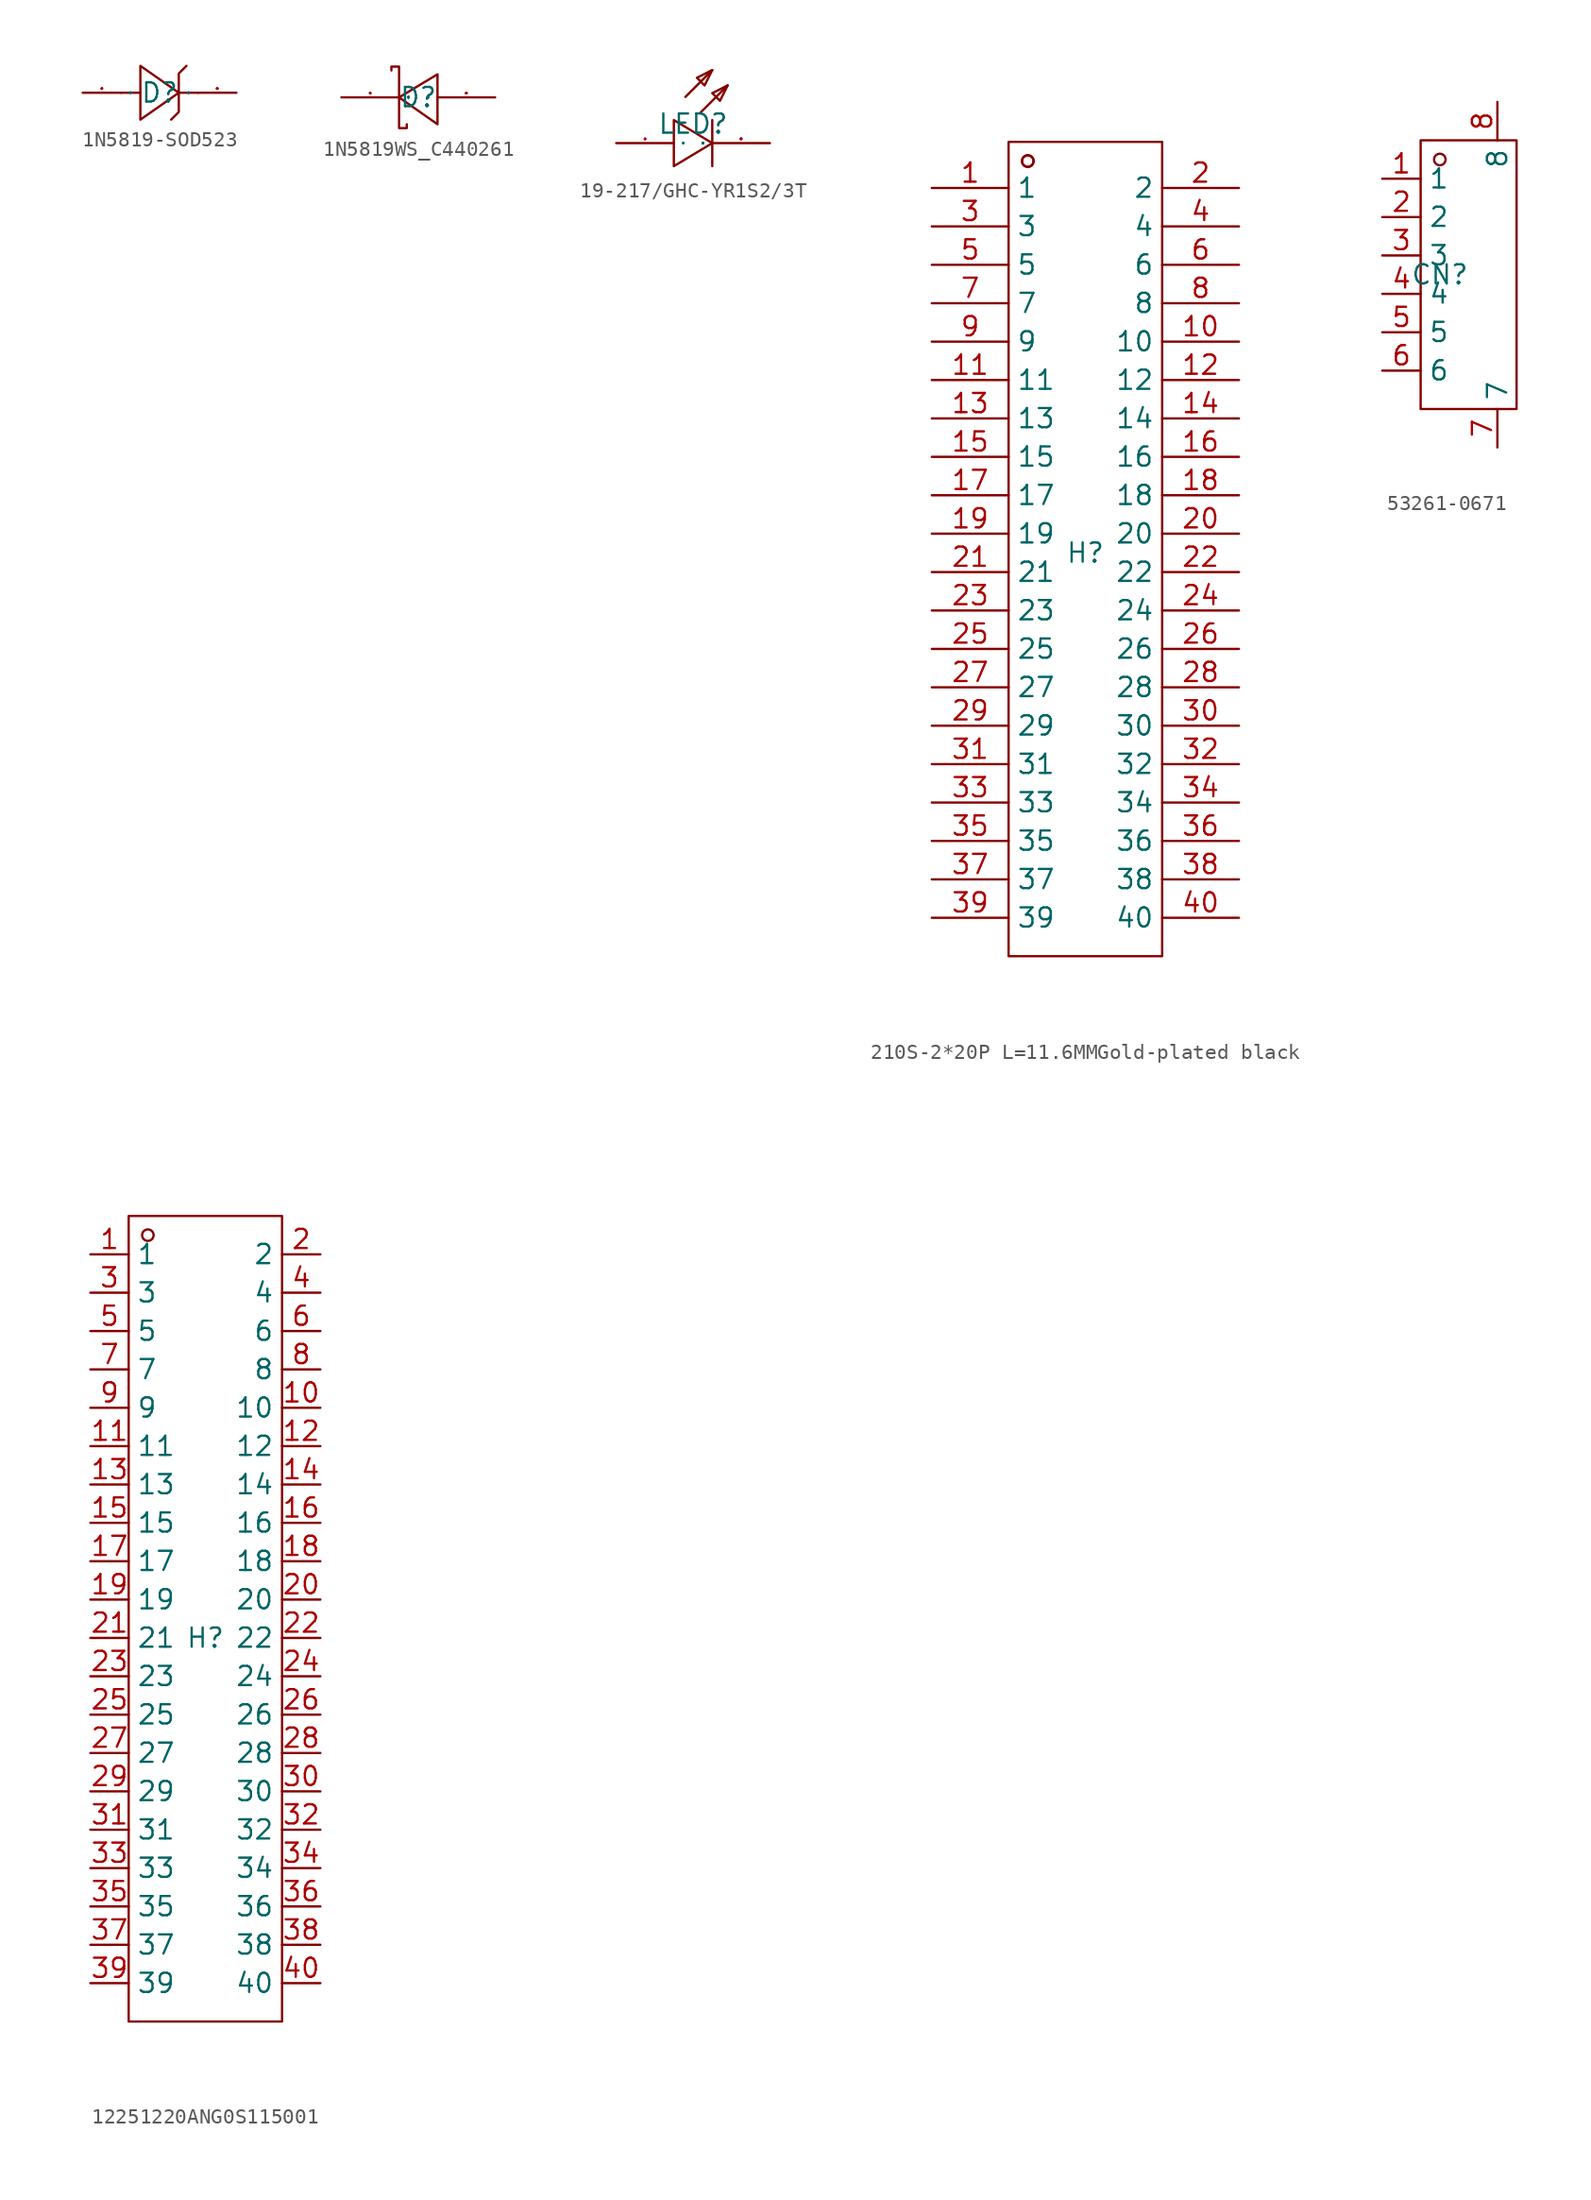
<source format=kicad_sym>
(kicad_symbol_lib
  (version 20231120)
  (generator "kicad_symbol_editor")
  (generator_version "8.0")
  (symbol "1N5819-SOD523"
    (property "Reference" "D"
      (at 0 0 0)
      (effects (font (size 1.27 1.27))))
    (property "Value" ""
      (at 0 0 0)
      (effects (font (size 1.27 1.27))))
    (symbol "1N5819-SOD523_1_0"
      (polyline (pts (xy -2.54 0) (xy -1.27 0)) (stroke (width 0) (type default)) (fill (type none)))
      (polyline (pts (xy 1.27 0) (xy 2.54 0)) (stroke (width 0) (type default)) (fill (type none)))
      (polyline (pts (xy -1.27 -1.778) (xy 1.27 0) (xy 1.27 0) (xy -1.27 1.778) (xy -1.27 1.778) (xy -1.27 -1.778)) (stroke (width 0) (type default)) (fill (type none)))
      (polyline (pts (xy 0.762 -1.778) (xy 1.27 -1.27) (xy 1.27 -1.27) (xy 1.27 1.27) (xy 1.27 1.27) (xy 1.778 1.778)) (stroke (width 0) (type default)) (fill (type none)))
      (pin input line (at -5.08 0 0) (length 2.54) (name "A" (effects (font (size 0.025 0.025)))) (number "1" (effects (font (size 0.025 0.025)))))
      (pin input line (at 5.08 0 180) (length 2.54) (name "K" (effects (font (size 0.025 0.025)))) (number "2" (effects (font (size 0.025 0.025)))))))
  (symbol "1N5819WS_C440261"
    (property "Reference" "D"
      (at 0 0 0)
      (effects (font (size 1.27 1.27))))
    (property "Value" ""
      (at 0 0 0)
      (effects (font (size 1.27 1.27))))
    (symbol "1N5819WS_C440261_1_0"
      (polyline (pts (xy 1.27 1.524) (xy -1.27 0) (xy -1.27 0) (xy 1.27 -1.778) (xy 1.27 -1.778) (xy 1.27 1.524)) (stroke (width 0) (type default)) (fill (type none)))
      (polyline (pts (xy -1.778 1.778) (xy -1.778 2.032) (xy -1.778 2.032) (xy -1.27 2.032) (xy -1.27 2.032) (xy -1.27 -2.032) (xy -1.27 -2.032) (xy -0.762 -2.032) (xy -0.762 -2.032) (xy -0.762 -1.778)) (stroke (width 0) (type default)) (fill (type none)))
      (pin input line (at -5.08 0 0) (length 3.81) (name "C" (effects (font (size 0.025 0.025)))) (number "1" (effects (font (size 0.025 0.025)))))
      (pin input line (at 5.08 0 180) (length 3.81) (name "A" (effects (font (size 0.025 0.025)))) (number "2" (effects (font (size 0.025 0.025)))))))
  (symbol "19-217/GHC-YR1S2/3T"
    (property "Reference" "LED"
      (at 0 0 0)
      (effects (font (size 1.27 1.27))))
    (property "Value" ""
      (at 0 0 0)
      (effects (font (size 1.27 1.27))))
    (symbol "19-217/GHC-YR1S2/3T_1_0"
      (polyline (pts (xy -0.508 1.778) (xy 1.27 3.556)) (stroke (width 0) (type default)) (fill (type none)))
      (polyline (pts (xy 0.508 0.762) (xy 2.286 2.54)) (stroke (width 0) (type default)) (fill (type none)))
      (polyline (pts (xy 1.27 0.254) (xy 1.27 -2.794)) (stroke (width 0) (type default)) (fill (type none)))
      (polyline (pts (xy -1.27 -2.794) (xy 1.27 -1.27) (xy 1.27 -1.27) (xy -1.27 0.254) (xy -1.27 0.254) (xy -1.27 -2.794)) (stroke (width 0) (type default)) (fill (type none)))
      (polyline (pts (xy 1.27 3.556) (xy 0.254 3.048) (xy 0.254 3.048) (xy 0.762 2.54) (xy 0.762 2.54) (xy 1.27 3.556)) (stroke (width 0) (type default)) (fill (type none)))
      (polyline (pts (xy 2.286 2.54) (xy 1.27 2.032) (xy 1.27 2.032) (xy 1.778 1.524) (xy 1.778 1.524) (xy 2.286 2.54)) (stroke (width 0) (type default)) (fill (type none)))
      (pin input line (at -5.08 -1.27 0) (length 3.81) (name "A" (effects (font (size 0.025 0.025)))) (number "1" (effects (font (size 0.025 0.025)))))
      (pin input line (at 5.08 -1.27 180) (length 3.81) (name "C" (effects (font (size 0.025 0.025)))) (number "2" (effects (font (size 0.025 0.025)))))))
  (symbol "210S-2*20P L=11.6MMGold-plated black"
    (property "Reference" "H"
      (at 0 0 0)
      (effects (font (size 1.27 1.27))))
    (property "Value" ""
      (at 0 0 0)
      (effects (font (size 1.27 1.27))))
    (symbol "210S-2*20P L=11.6MMGold-plated black_1_0"
      (rectangle (start -5.08 -26.67) (end 5.08 27.178) (stroke (width 0) (type default)) (fill (type none)))
      (circle (center -3.81 25.908) (radius 0.381) (stroke (width 0) (type default)) (fill (type none)))
      (circle (center -3.81 25.908) (radius 0.381) (stroke (width 0) (type default)) (fill (type none)))
      (pin input line (at -10.16 24.13 0) (length 5.08) (name "1" (effects (font (size 1.27 1.27)))) (number "1" (effects (font (size 1.27 1.27)))))
      (pin input line (at 10.16 13.97 180) (length 5.08) (name "10" (effects (font (size 1.27 1.27)))) (number "10" (effects (font (size 1.27 1.27)))))
      (pin input line (at -10.16 11.43 0) (length 5.08) (name "11" (effects (font (size 1.27 1.27)))) (number "11" (effects (font (size 1.27 1.27)))))
      (pin input line (at 10.16 11.43 180) (length 5.08) (name "12" (effects (font (size 1.27 1.27)))) (number "12" (effects (font (size 1.27 1.27)))))
      (pin input line (at -10.16 8.89 0) (length 5.08) (name "13" (effects (font (size 1.27 1.27)))) (number "13" (effects (font (size 1.27 1.27)))))
      (pin input line (at 10.16 8.89 180) (length 5.08) (name "14" (effects (font (size 1.27 1.27)))) (number "14" (effects (font (size 1.27 1.27)))))
      (pin input line (at -10.16 6.35 0) (length 5.08) (name "15" (effects (font (size 1.27 1.27)))) (number "15" (effects (font (size 1.27 1.27)))))
      (pin input line (at 10.16 6.35 180) (length 5.08) (name "16" (effects (font (size 1.27 1.27)))) (number "16" (effects (font (size 1.27 1.27)))))
      (pin input line (at -10.16 3.81 0) (length 5.08) (name "17" (effects (font (size 1.27 1.27)))) (number "17" (effects (font (size 1.27 1.27)))))
      (pin input line (at 10.16 3.81 180) (length 5.08) (name "18" (effects (font (size 1.27 1.27)))) (number "18" (effects (font (size 1.27 1.27)))))
      (pin input line (at -10.16 1.27 0) (length 5.08) (name "19" (effects (font (size 1.27 1.27)))) (number "19" (effects (font (size 1.27 1.27)))))
      (pin input line (at 10.16 24.13 180) (length 5.08) (name "2" (effects (font (size 1.27 1.27)))) (number "2" (effects (font (size 1.27 1.27)))))
      (pin input line (at 10.16 1.27 180) (length 5.08) (name "20" (effects (font (size 1.27 1.27)))) (number "20" (effects (font (size 1.27 1.27)))))
      (pin input line (at -10.16 -1.27 0) (length 5.08) (name "21" (effects (font (size 1.27 1.27)))) (number "21" (effects (font (size 1.27 1.27)))))
      (pin input line (at 10.16 -1.27 180) (length 5.08) (name "22" (effects (font (size 1.27 1.27)))) (number "22" (effects (font (size 1.27 1.27)))))
      (pin input line (at -10.16 -3.81 0) (length 5.08) (name "23" (effects (font (size 1.27 1.27)))) (number "23" (effects (font (size 1.27 1.27)))))
      (pin input line (at 10.16 -3.81 180) (length 5.08) (name "24" (effects (font (size 1.27 1.27)))) (number "24" (effects (font (size 1.27 1.27)))))
      (pin input line (at -10.16 -6.35 0) (length 5.08) (name "25" (effects (font (size 1.27 1.27)))) (number "25" (effects (font (size 1.27 1.27)))))
      (pin input line (at 10.16 -6.35 180) (length 5.08) (name "26" (effects (font (size 1.27 1.27)))) (number "26" (effects (font (size 1.27 1.27)))))
      (pin input line (at -10.16 -8.89 0) (length 5.08) (name "27" (effects (font (size 1.27 1.27)))) (number "27" (effects (font (size 1.27 1.27)))))
      (pin input line (at 10.16 -8.89 180) (length 5.08) (name "28" (effects (font (size 1.27 1.27)))) (number "28" (effects (font (size 1.27 1.27)))))
      (pin input line (at -10.16 -11.43 0) (length 5.08) (name "29" (effects (font (size 1.27 1.27)))) (number "29" (effects (font (size 1.27 1.27)))))
      (pin input line (at -10.16 21.59 0) (length 5.08) (name "3" (effects (font (size 1.27 1.27)))) (number "3" (effects (font (size 1.27 1.27)))))
      (pin input line (at 10.16 -11.43 180) (length 5.08) (name "30" (effects (font (size 1.27 1.27)))) (number "30" (effects (font (size 1.27 1.27)))))
      (pin input line (at -10.16 -13.97 0) (length 5.08) (name "31" (effects (font (size 1.27 1.27)))) (number "31" (effects (font (size 1.27 1.27)))))
      (pin input line (at 10.16 -13.97 180) (length 5.08) (name "32" (effects (font (size 1.27 1.27)))) (number "32" (effects (font (size 1.27 1.27)))))
      (pin input line (at -10.16 -16.51 0) (length 5.08) (name "33" (effects (font (size 1.27 1.27)))) (number "33" (effects (font (size 1.27 1.27)))))
      (pin input line (at 10.16 -16.51 180) (length 5.08) (name "34" (effects (font (size 1.27 1.27)))) (number "34" (effects (font (size 1.27 1.27)))))
      (pin input line (at -10.16 -19.05 0) (length 5.08) (name "35" (effects (font (size 1.27 1.27)))) (number "35" (effects (font (size 1.27 1.27)))))
      (pin input line (at 10.16 -19.05 180) (length 5.08) (name "36" (effects (font (size 1.27 1.27)))) (number "36" (effects (font (size 1.27 1.27)))))
      (pin input line (at -10.16 -21.59 0) (length 5.08) (name "37" (effects (font (size 1.27 1.27)))) (number "37" (effects (font (size 1.27 1.27)))))
      (pin input line (at 10.16 -21.59 180) (length 5.08) (name "38" (effects (font (size 1.27 1.27)))) (number "38" (effects (font (size 1.27 1.27)))))
      (pin input line (at -10.16 -24.13 0) (length 5.08) (name "39" (effects (font (size 1.27 1.27)))) (number "39" (effects (font (size 1.27 1.27)))))
      (pin input line (at 10.16 21.59 180) (length 5.08) (name "4" (effects (font (size 1.27 1.27)))) (number "4" (effects (font (size 1.27 1.27)))))
      (pin input line (at 10.16 -24.13 180) (length 5.08) (name "40" (effects (font (size 1.27 1.27)))) (number "40" (effects (font (size 1.27 1.27)))))
      (pin input line (at -10.16 19.05 0) (length 5.08) (name "5" (effects (font (size 1.27 1.27)))) (number "5" (effects (font (size 1.27 1.27)))))
      (pin input line (at 10.16 19.05 180) (length 5.08) (name "6" (effects (font (size 1.27 1.27)))) (number "6" (effects (font (size 1.27 1.27)))))
      (pin input line (at -10.16 16.51 0) (length 5.08) (name "7" (effects (font (size 1.27 1.27)))) (number "7" (effects (font (size 1.27 1.27)))))
      (pin input line (at 10.16 16.51 180) (length 5.08) (name "8" (effects (font (size 1.27 1.27)))) (number "8" (effects (font (size 1.27 1.27)))))
      (pin input line (at -10.16 13.97 0) (length 5.08) (name "9" (effects (font (size 1.27 1.27)))) (number "9" (effects (font (size 1.27 1.27)))))))
  (symbol "53261-0671"
    (property "Reference" "CN"
      (at 0 0 0)
      (effects (font (size 1.27 1.27))))
    (property "Value" ""
      (at 0 0 0)
      (effects (font (size 1.27 1.27))))
    (symbol "53261-0671_1_0"
      (rectangle (start -1.27 -8.89) (end 5.08 8.89) (stroke (width 0) (type default)) (fill (type none)))
      (circle (center 0 7.62) (radius 0.381) (stroke (width 0) (type default)) (fill (type none)))
      (pin input line (at -3.81 6.35 0) (length 2.54) (name "1" (effects (font (size 1.27 1.27)))) (number "1" (effects (font (size 1.27 1.27)))))
      (pin input line (at -3.81 3.81 0) (length 2.54) (name "2" (effects (font (size 1.27 1.27)))) (number "2" (effects (font (size 1.27 1.27)))))
      (pin input line (at -3.81 1.27 0) (length 2.54) (name "3" (effects (font (size 1.27 1.27)))) (number "3" (effects (font (size 1.27 1.27)))))
      (pin input line (at -3.81 -1.27 0) (length 2.54) (name "4" (effects (font (size 1.27 1.27)))) (number "4" (effects (font (size 1.27 1.27)))))
      (pin input line (at -3.81 -3.81 0) (length 2.54) (name "5" (effects (font (size 1.27 1.27)))) (number "5" (effects (font (size 1.27 1.27)))))
      (pin input line (at -3.81 -6.35 0) (length 2.54) (name "6" (effects (font (size 1.27 1.27)))) (number "6" (effects (font (size 1.27 1.27)))))
      (pin input line (at 3.81 -11.43 90) (length 2.54) (name "7" (effects (font (size 1.27 1.27)))) (number "7" (effects (font (size 1.27 1.27)))))
      (pin input line (at 3.81 11.43 270) (length 2.54) (name "8" (effects (font (size 1.27 1.27)))) (number "8" (effects (font (size 1.27 1.27)))))))
  (symbol "12251220ANG0S115001"
    (property "Reference" "H"
      (at 0 0 0)
      (effects (font (size 1.27 1.27))))
    (property "Value" ""
      (at 0 0 0)
      (effects (font (size 1.27 1.27))))
    (symbol "12251220ANG0S115001_1_0"
      (rectangle (start -5.08 -25.4) (end 5.08 27.94) (stroke (width 0) (type default)) (fill (type none)))
      (circle (center -3.81 26.67) (radius 0.381) (stroke (width 0) (type default)) (fill (type none)))
      (pin input line (at -7.62 25.4 0) (length 2.54) (name "1" (effects (font (size 1.27 1.27)))) (number "1" (effects (font (size 1.27 1.27)))))
      (pin input line (at 7.62 15.24 180) (length 2.54) (name "10" (effects (font (size 1.27 1.27)))) (number "10" (effects (font (size 1.27 1.27)))))
      (pin input line (at -7.62 12.7 0) (length 2.54) (name "11" (effects (font (size 1.27 1.27)))) (number "11" (effects (font (size 1.27 1.27)))))
      (pin input line (at 7.62 12.7 180) (length 2.54) (name "12" (effects (font (size 1.27 1.27)))) (number "12" (effects (font (size 1.27 1.27)))))
      (pin input line (at -7.62 10.16 0) (length 2.54) (name "13" (effects (font (size 1.27 1.27)))) (number "13" (effects (font (size 1.27 1.27)))))
      (pin input line (at 7.62 10.16 180) (length 2.54) (name "14" (effects (font (size 1.27 1.27)))) (number "14" (effects (font (size 1.27 1.27)))))
      (pin input line (at -7.62 7.62 0) (length 2.54) (name "15" (effects (font (size 1.27 1.27)))) (number "15" (effects (font (size 1.27 1.27)))))
      (pin input line (at 7.62 7.62 180) (length 2.54) (name "16" (effects (font (size 1.27 1.27)))) (number "16" (effects (font (size 1.27 1.27)))))
      (pin input line (at -7.62 5.08 0) (length 2.54) (name "17" (effects (font (size 1.27 1.27)))) (number "17" (effects (font (size 1.27 1.27)))))
      (pin input line (at 7.62 5.08 180) (length 2.54) (name "18" (effects (font (size 1.27 1.27)))) (number "18" (effects (font (size 1.27 1.27)))))
      (pin input line (at -7.62 2.54 0) (length 2.54) (name "19" (effects (font (size 1.27 1.27)))) (number "19" (effects (font (size 1.27 1.27)))))
      (pin input line (at 7.62 25.4 180) (length 2.54) (name "2" (effects (font (size 1.27 1.27)))) (number "2" (effects (font (size 1.27 1.27)))))
      (pin input line (at 7.62 2.54 180) (length 2.54) (name "20" (effects (font (size 1.27 1.27)))) (number "20" (effects (font (size 1.27 1.27)))))
      (pin input line (at -7.62 0 0) (length 2.54) (name "21" (effects (font (size 1.27 1.27)))) (number "21" (effects (font (size 1.27 1.27)))))
      (pin input line (at 7.62 0 180) (length 2.54) (name "22" (effects (font (size 1.27 1.27)))) (number "22" (effects (font (size 1.27 1.27)))))
      (pin input line (at -7.62 -2.54 0) (length 2.54) (name "23" (effects (font (size 1.27 1.27)))) (number "23" (effects (font (size 1.27 1.27)))))
      (pin input line (at 7.62 -2.54 180) (length 2.54) (name "24" (effects (font (size 1.27 1.27)))) (number "24" (effects (font (size 1.27 1.27)))))
      (pin input line (at -7.62 -5.08 0) (length 2.54) (name "25" (effects (font (size 1.27 1.27)))) (number "25" (effects (font (size 1.27 1.27)))))
      (pin input line (at 7.62 -5.08 180) (length 2.54) (name "26" (effects (font (size 1.27 1.27)))) (number "26" (effects (font (size 1.27 1.27)))))
      (pin input line (at -7.62 -7.62 0) (length 2.54) (name "27" (effects (font (size 1.27 1.27)))) (number "27" (effects (font (size 1.27 1.27)))))
      (pin input line (at 7.62 -7.62 180) (length 2.54) (name "28" (effects (font (size 1.27 1.27)))) (number "28" (effects (font (size 1.27 1.27)))))
      (pin input line (at -7.62 -10.16 0) (length 2.54) (name "29" (effects (font (size 1.27 1.27)))) (number "29" (effects (font (size 1.27 1.27)))))
      (pin input line (at -7.62 22.86 0) (length 2.54) (name "3" (effects (font (size 1.27 1.27)))) (number "3" (effects (font (size 1.27 1.27)))))
      (pin input line (at 7.62 -10.16 180) (length 2.54) (name "30" (effects (font (size 1.27 1.27)))) (number "30" (effects (font (size 1.27 1.27)))))
      (pin input line (at -7.62 -12.7 0) (length 2.54) (name "31" (effects (font (size 1.27 1.27)))) (number "31" (effects (font (size 1.27 1.27)))))
      (pin input line (at 7.62 -12.7 180) (length 2.54) (name "32" (effects (font (size 1.27 1.27)))) (number "32" (effects (font (size 1.27 1.27)))))
      (pin input line (at -7.62 -15.24 0) (length 2.54) (name "33" (effects (font (size 1.27 1.27)))) (number "33" (effects (font (size 1.27 1.27)))))
      (pin input line (at 7.62 -15.24 180) (length 2.54) (name "34" (effects (font (size 1.27 1.27)))) (number "34" (effects (font (size 1.27 1.27)))))
      (pin input line (at -7.62 -17.78 0) (length 2.54) (name "35" (effects (font (size 1.27 1.27)))) (number "35" (effects (font (size 1.27 1.27)))))
      (pin input line (at 7.62 -17.78 180) (length 2.54) (name "36" (effects (font (size 1.27 1.27)))) (number "36" (effects (font (size 1.27 1.27)))))
      (pin input line (at -7.62 -20.32 0) (length 2.54) (name "37" (effects (font (size 1.27 1.27)))) (number "37" (effects (font (size 1.27 1.27)))))
      (pin input line (at 7.62 -20.32 180) (length 2.54) (name "38" (effects (font (size 1.27 1.27)))) (number "38" (effects (font (size 1.27 1.27)))))
      (pin input line (at -7.62 -22.86 0) (length 2.54) (name "39" (effects (font (size 1.27 1.27)))) (number "39" (effects (font (size 1.27 1.27)))))
      (pin input line (at 7.62 22.86 180) (length 2.54) (name "4" (effects (font (size 1.27 1.27)))) (number "4" (effects (font (size 1.27 1.27)))))
      (pin input line (at 7.62 -22.86 180) (length 2.54) (name "40" (effects (font (size 1.27 1.27)))) (number "40" (effects (font (size 1.27 1.27)))))
      (pin input line (at -7.62 20.32 0) (length 2.54) (name "5" (effects (font (size 1.27 1.27)))) (number "5" (effects (font (size 1.27 1.27)))))
      (pin input line (at 7.62 20.32 180) (length 2.54) (name "6" (effects (font (size 1.27 1.27)))) (number "6" (effects (font (size 1.27 1.27)))))
      (pin input line (at -7.62 17.78 0) (length 2.54) (name "7" (effects (font (size 1.27 1.27)))) (number "7" (effects (font (size 1.27 1.27)))))
      (pin input line (at 7.62 17.78 180) (length 2.54) (name "8" (effects (font (size 1.27 1.27)))) (number "8" (effects (font (size 1.27 1.27)))))
      (pin input line (at -7.62 15.24 0) (length 2.54) (name "9" (effects (font (size 1.27 1.27)))) (number "9" (effects (font (size 1.27 1.27))))))))
</source>
